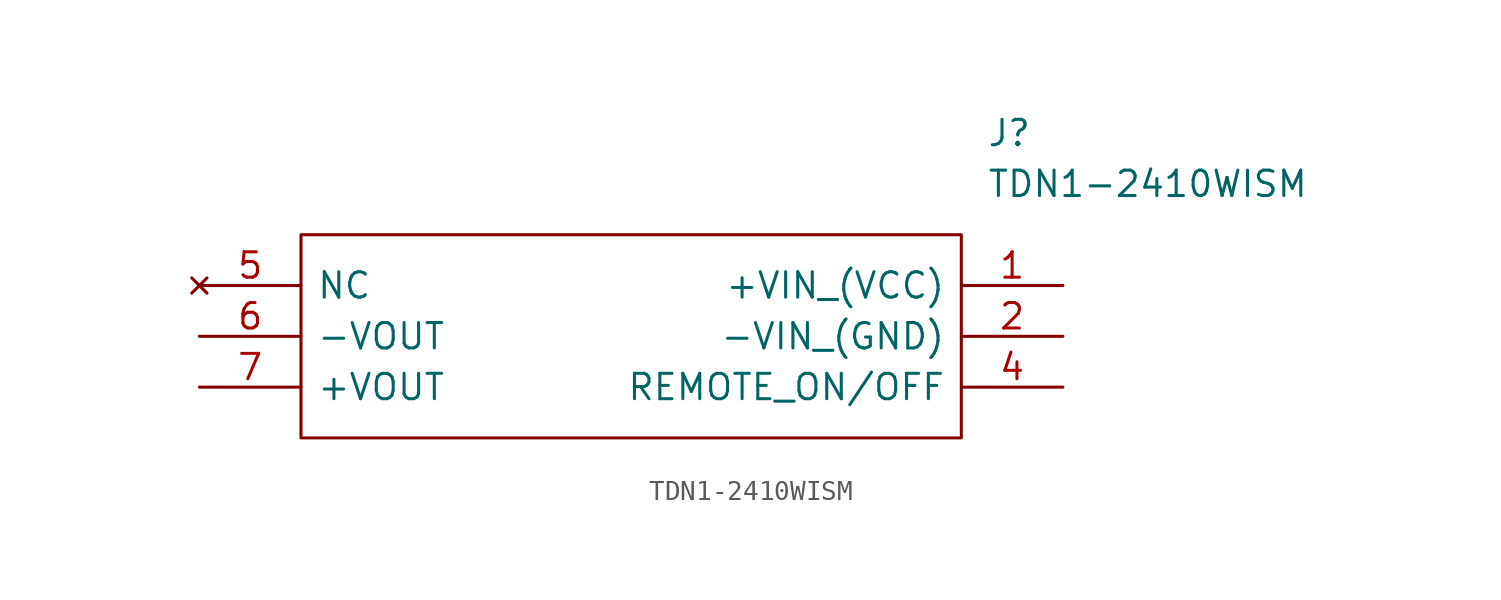
<source format=kicad_sym>
(kicad_symbol_lib
  (version 20211014)
  (generator kicad_symbol_editor)
  (symbol "TDN1-2410WISM"
    (pin_names
      (offset 0.762))
    (property "Reference" "J"
      (at 39.37 7.62 0)
      (effects (font (size 1.27 1.27)) (justify left)))
    (property "Value" "TDN1-2410WISM"
      (at 39.37 5.08 0)
      (effects (font (size 1.27 1.27)) (justify left)))
    (symbol "TDN1-2410WISM_0_0"
      (pin power_in line (at 43.18 0 180) (length 5.08) (name "+VIN_(VCC)" (effects (font (size 1.27 1.27)))) (number "1" (effects (font (size 1.27 1.27)))))
      (pin power_in line (at 43.18 -2.54 180) (length 5.08) (name "-VIN_(GND)" (effects (font (size 1.27 1.27)))) (number "2" (effects (font (size 1.27 1.27)))))
      (pin input line (at 43.18 -5.08 180) (length 5.08) (name "REMOTE_ON/OFF" (effects (font (size 1.27 1.27)))) (number "4" (effects (font (size 1.27 1.27)))))
      (pin no_connect line (at 0 0 0) (length 5.08) (name "NC" (effects (font (size 1.27 1.27)))) (number "5" (effects (font (size 1.27 1.27)))))
      (pin power_out line (at 0 -2.54 0) (length 5.08) (name "-VOUT" (effects (font (size 1.27 1.27)))) (number "6" (effects (font (size 1.27 1.27)))))
      (pin power_out line (at 0 -5.08 0) (length 5.08) (name "+VOUT" (effects (font (size 1.27 1.27)))) (number "7" (effects (font (size 1.27 1.27))))))
    (symbol "TDN1-2410WISM_0_1"
      (polyline (pts (xy 5.08 2.54) (xy 38.1 2.54) (xy 38.1 -7.62) (xy 5.08 -7.62) (xy 5.08 2.54)) (stroke (width 0.152) (type default) (color 0 0 0 0)) (fill (type none))))))
</source>
